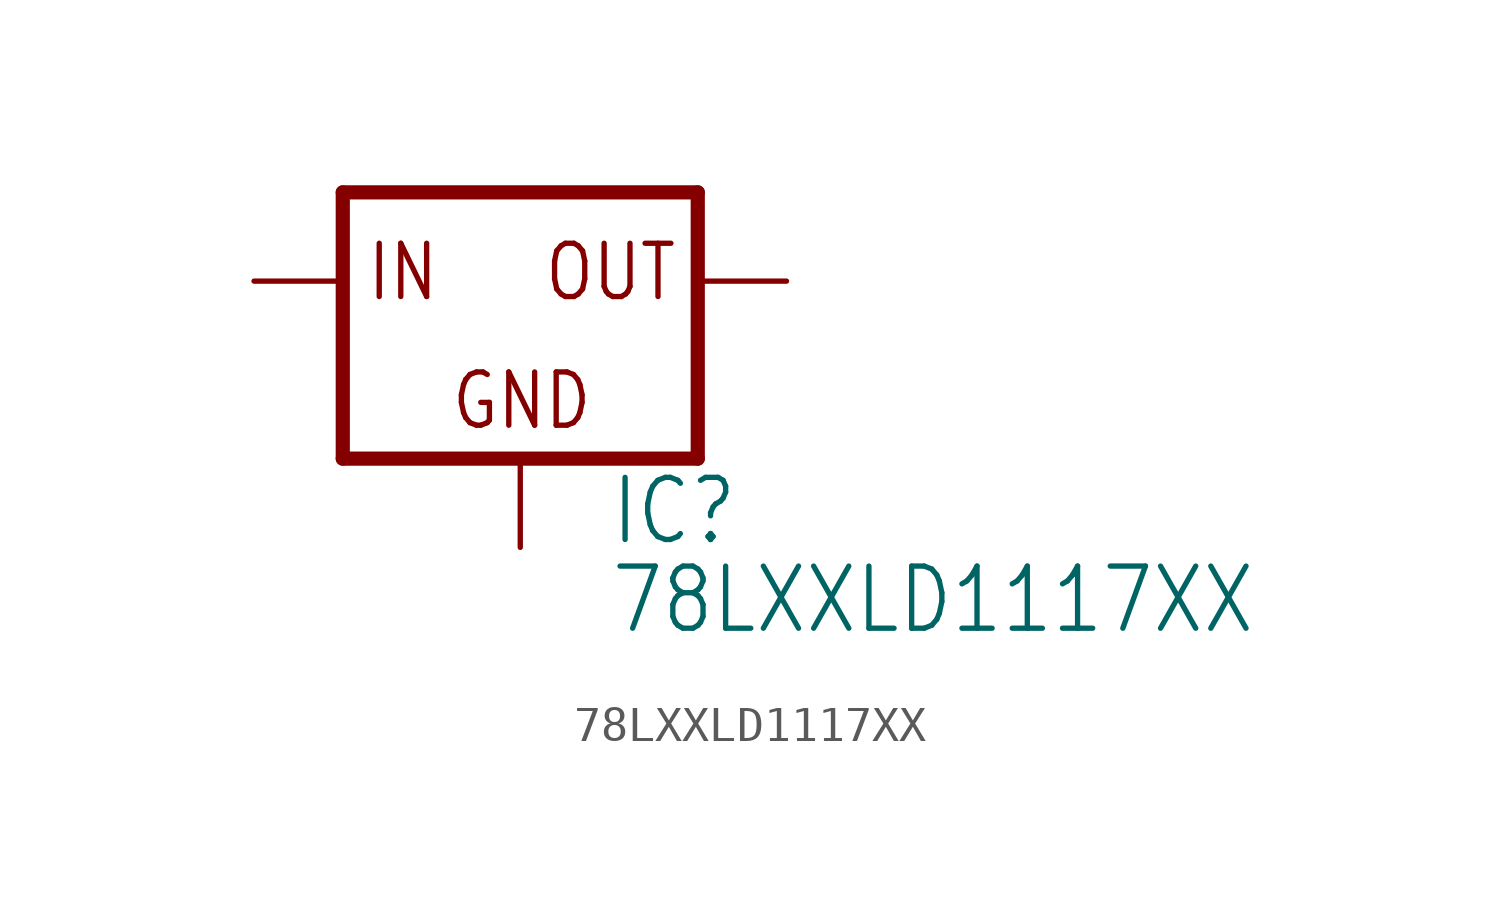
<source format=kicad_sym>
(kicad_symbol_lib
  (version 20211014)
  (generator kicad_symbol_editor)
  (symbol "78LXXLD1117XX"
    (property "Reference" "IC"
      (at 2.54 -7.62 0)
      (effects (font (size 1.778 1.511)) (justify left bottom)))
    (property "Value" "78LXXLD1117XX"
      (at 2.54 -10.16 0)
      (effects (font (size 1.778 1.511)) (justify left bottom)))
    (property "ki_locked" ""
      (at 0 0 0)
      (effects (font (size 1.27 1.27))))
    (symbol "78LXXLD1117XX_1_0"
      (polyline (pts (xy -5.08 -5.08) (xy 5.08 -5.08)) (stroke (width 0.406) (type default) (color 0 0 0 0)) (fill (type none)))
      (polyline (pts (xy -5.08 2.54) (xy -5.08 -5.08)) (stroke (width 0.406) (type default) (color 0 0 0 0)) (fill (type none)))
      (polyline (pts (xy 5.08 -5.08) (xy 5.08 2.54)) (stroke (width 0.406) (type default) (color 0 0 0 0)) (fill (type none)))
      (polyline (pts (xy 5.08 2.54) (xy -5.08 2.54)) (stroke (width 0.406) (type default) (color 0 0 0 0)) (fill (type none)))
      (text "GND" (at -2.032 -4.318 0) (effects (font (size 1.524 1.295)) (justify left bottom)))
      (text "IN" (at -4.445 -0.635 0) (effects (font (size 1.524 1.295)) (justify left bottom)))
      (text "OUT" (at 0.635 -0.635 0) (effects (font (size 1.524 1.295)) (justify left bottom)))
      (pin input line (at 0 -7.62 90) (length 2.54) (name "GND" (effects (font (size 0 0)))) (number "1" (effects (font (size 0 0)))))
      (pin passive line (at 7.62 0 180) (length 2.54) (name "OUT" (effects (font (size 0 0)))) (number "2" (effects (font (size 0 0)))))
      (pin input line (at -7.62 0 0) (length 2.54) (name "IN" (effects (font (size 0 0)))) (number "3" (effects (font (size 0 0))))))))
</source>
